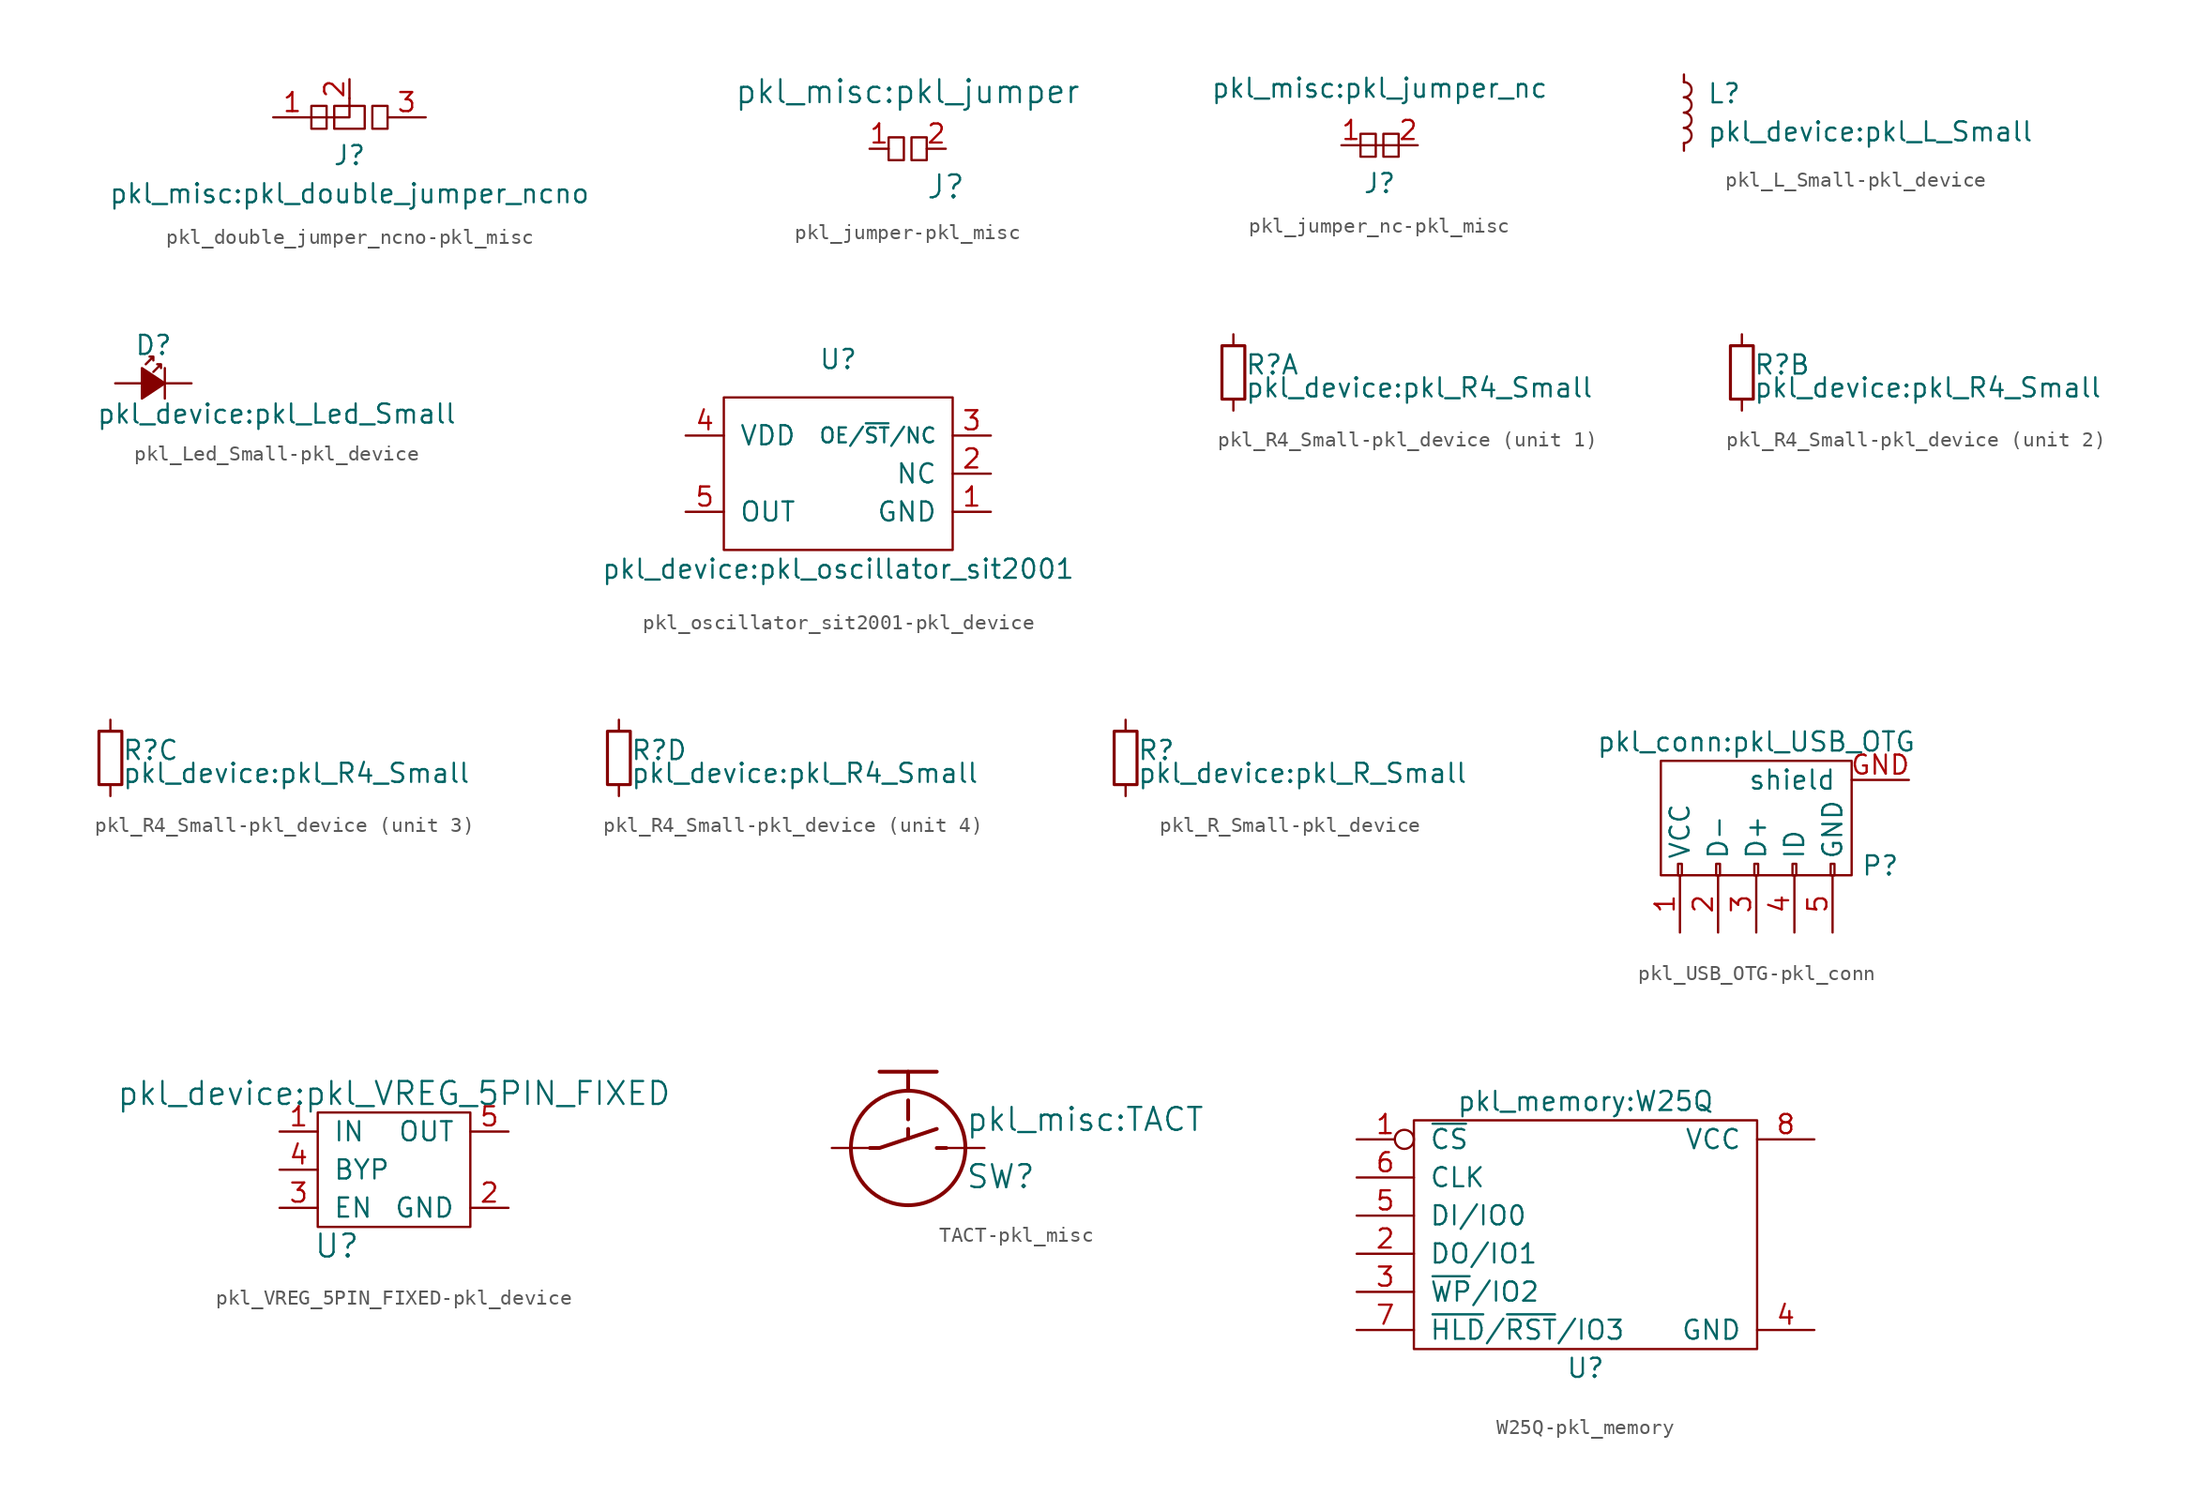
<source format=kicad_sym>
(kicad_symbol_lib
  (version 20231120)
  (generator "kicad_symbol_editor")
  (generator_version "8.0")
  (symbol "pkl_double_jumper_ncno-pkl_misc"
    (pin_names
      (offset 1.016))
    (property "Reference" "J"
      (at 0 -2.54 0)
      (effects (font (size 1.27 1.27))))
    (property "Value" "pkl_misc:pkl_double_jumper_ncno"
      (at 0 -5.08 0)
      (effects (font (size 1.27 1.27))))
    (symbol "pkl_double_jumper_ncno-pkl_misc_0_1"
      (polyline (pts (xy 0 1.27) (xy 0 0) (xy -2.54 0)) (stroke (width 0) (type solid)) (fill (type none)))
      (rectangle (start 1.524 0.762) (end 2.54 -0.762) (stroke (width 0) (type solid)) (fill (type none))))
    (symbol "pkl_double_jumper_ncno-pkl_misc_1_1"
      (rectangle (start -2.54 0.762) (end -1.524 -0.762) (stroke (width 0) (type solid)) (fill (type none)))
      (rectangle (start -1.016 0.762) (end 1.016 -0.762) (stroke (width 0) (type solid)) (fill (type none)))
      (pin passive line (at -5.08 0 0) (length 2.54) (name "~" (effects (font (size 1.27 1.27)))) (number "1" (effects (font (size 1.27 1.27)))))
      (pin passive line (at 0 2.54 270) (length 1.27) (name "~" (effects (font (size 1.27 1.27)))) (number "2" (effects (font (size 1.27 1.27)))))
      (pin passive line (at 5.08 0 180) (length 2.54) (name "~" (effects (font (size 1.27 1.27)))) (number "3" (effects (font (size 1.27 1.27)))))))
  (symbol "pkl_jumper-pkl_misc"
    (pin_names
      (offset 1.016))
    (property "Reference" "J"
      (at 2.54 -2.54 0)
      (effects (font (size 1.524 1.524))))
    (property "Value" "pkl_misc:pkl_jumper"
      (at 0 3.81 0)
      (effects (font (size 1.524 1.524))))
    (property "Footprint" ""
      (at 0 0 0)
      (effects (font (size 1.524 1.524))))
    (property "Datasheet" ""
      (at 0 0 0)
      (effects (font (size 1.524 1.524))))
    (symbol "pkl_jumper-pkl_misc_0_1"
      (rectangle (start -1.27 0.762) (end -0.254 -0.762) (stroke (width 0) (type solid)) (fill (type none)))
      (rectangle (start 0.254 0.762) (end 1.27 -0.762) (stroke (width 0) (type solid)) (fill (type none))))
    (symbol "pkl_jumper-pkl_misc_1_1"
      (pin passive line (at -2.54 0 0) (length 1.27) (name "~" (effects (font (size 1.27 1.27)))) (number "1" (effects (font (size 1.27 1.27)))))
      (pin passive line (at 2.54 0 180) (length 1.27) (name "~" (effects (font (size 1.27 1.27)))) (number "2" (effects (font (size 1.27 1.27)))))))
  (symbol "pkl_jumper_nc-pkl_misc"
    (pin_names
      (offset 1.016))
    (property "Reference" "J"
      (at 0 -2.54 0)
      (effects (font (size 1.27 1.27))))
    (property "Value" "pkl_misc:pkl_jumper_nc"
      (at 0 3.81 0)
      (effects (font (size 1.27 1.27))))
    (symbol "pkl_jumper_nc-pkl_misc_0_1"
      (polyline (pts (xy -1.27 0) (xy 1.27 0)) (stroke (width 0) (type solid)) (fill (type none))))
    (symbol "pkl_jumper_nc-pkl_misc_1_1"
      (rectangle (start -1.27 0.762) (end -0.254 -0.762) (stroke (width 0) (type solid)) (fill (type none)))
      (rectangle (start 0.254 0.762) (end 1.27 -0.762) (stroke (width 0) (type solid)) (fill (type none)))
      (pin passive line (at -2.54 0 0) (length 1.27) (name "~" (effects (font (size 1.27 1.27)))) (number "1" (effects (font (size 1.27 1.27)))))
      (pin passive line (at 2.54 0 180) (length 1.27) (name "~" (effects (font (size 1.27 1.27)))) (number "2" (effects (font (size 1.27 1.27)))))))
  (symbol "pkl_L_Small-pkl_device"
    (pin_numbers hide)
    (pin_names
      (offset 0) hide)
    (property "Reference" "L"
      (at 1.524 1.27 0)
      (effects (font (size 1.27 1.27)) (justify left)))
    (property "Value" "pkl_device:pkl_L_Small"
      (at 1.524 -1.27 0)
      (effects (font (size 1.27 1.27)) (justify left)))
    (property "Footprint" ""
      (at 0 0 90)
      (effects (font (size 1.524 1.524))))
    (property "Datasheet" ""
      (at 0 0 90)
      (effects (font (size 1.524 1.524))))
    (symbol "pkl_L_Small-pkl_device_0_1"
      (arc (start 0 -2.032) (mid 0.508 -1.524) (end 0 -1.016) (stroke (width 0) (type solid)) (fill (type none)))
      (arc (start 0 -1.016) (mid 0.508 -0.508) (end 0 0) (stroke (width 0) (type solid)) (fill (type none)))
      (arc (start 0 0) (mid 0.508 0.508) (end 0 1.016) (stroke (width 0) (type solid)) (fill (type none)))
      (arc (start 0 1.016) (mid 0.508 1.524) (end 0 2.032) (stroke (width 0) (type solid)) (fill (type none))))
    (symbol "pkl_L_Small-pkl_device_1_1"
      (pin input line (at 0 -2.54 90) (length 0.508) (name "1" (effects (font (size 0.762 0.762)))) (number "1" (effects (font (size 0.762 0.762)))))
      (pin input line (at 0 2.54 270) (length 0.508) (name "2" (effects (font (size 0.762 0.762)))) (number "2" (effects (font (size 0.762 0.762)))))))
  (symbol "pkl_Led_Small-pkl_device"
    (pin_numbers hide)
    (pin_names
      (offset 0.254) hide)
    (property "Reference" "D"
      (at -1.27 2.54 0)
      (effects (font (size 1.27 1.27)) (justify left)))
    (property "Value" "pkl_device:pkl_Led_Small"
      (at -3.81 -2.032 0)
      (effects (font (size 1.27 1.27)) (justify left)))
    (property "Footprint" ""
      (at 0 0 90)
      (effects (font (size 1.524 1.524))))
    (property "Datasheet" ""
      (at 0 0 90)
      (effects (font (size 1.524 1.524))))
    (symbol "pkl_Led_Small-pkl_device_0_1"
      (polyline (pts (xy 0.762 -1.016) (xy 0.762 1.016)) (stroke (width 0) (type solid)) (fill (type none)))
      (polyline (pts (xy -0.762 -1.016) (xy 0.762 0) (xy -0.762 1.016) (xy -0.762 -1.016)) (stroke (width 0) (type solid)) (fill (type outline)))
      (polyline (pts (xy -0.508 1.27) (xy 0 1.778) (xy -0.254 1.778) (xy 0 1.778) (xy 0 1.524)) (stroke (width 0) (type solid)) (fill (type none)))
      (polyline (pts (xy 0 0.762) (xy 0.508 1.27) (xy 0.254 1.27) (xy 0.508 1.27) (xy 0.508 1.016)) (stroke (width 0) (type solid)) (fill (type none))))
    (symbol "pkl_Led_Small-pkl_device_1_1"
      (pin passive line (at -2.54 0 0) (length 1.778) (name "A" (effects (font (size 1.016 1.016)))) (number "A" (effects (font (size 1.016 1.016)))))
      (pin passive line (at 2.54 0 180) (length 1.778) (name "C" (effects (font (size 1.016 1.016)))) (number "C" (effects (font (size 1.016 1.016)))))))
  (symbol "pkl_oscillator_sit2001-pkl_device"
    (pin_names
      (offset 1.016))
    (property "Reference" "U"
      (at 0 7.62 0)
      (effects (font (size 1.27 1.27))))
    (property "Value" "pkl_device:pkl_oscillator_sit2001"
      (at 0 -6.35 0)
      (effects (font (size 1.27 1.27))))
    (symbol "pkl_oscillator_sit2001-pkl_device_1_1"
      (rectangle (start 7.62 -5.08) (end -7.62 5.08) (stroke (width 0) (type solid)) (fill (type none)))
      (pin passive line (at 10.16 -2.54 180) (length 2.54) (name "GND" (effects (font (size 1.27 1.27)))) (number "1" (effects (font (size 1.27 1.27)))))
      (pin passive line (at 10.16 0 180) (length 2.54) (name "NC" (effects (font (size 1.27 1.27)))) (number "2" (effects (font (size 1.27 1.27)))))
      (pin passive line (at 10.16 2.54 180) (length 2.54) (name "OE/~{ST}/NC" (effects (font (size 0.991 0.991)))) (number "3" (effects (font (size 1.27 1.27)))))
      (pin passive line (at -10.16 2.54 0) (length 2.54) (name "VDD" (effects (font (size 1.27 1.27)))) (number "4" (effects (font (size 1.27 1.27)))))
      (pin passive line (at -10.16 -2.54 0) (length 2.54) (name "OUT" (effects (font (size 1.27 1.27)))) (number "5" (effects (font (size 1.27 1.27)))))))
  (symbol "pkl_R4_Small-pkl_device"
    (pin_numbers hide)
    (pin_names
      (offset 0.254) hide)
    (property "Reference" "R"
      (at 0.762 0.508 0)
      (effects (font (size 1.27 1.27)) (justify left)))
    (property "Value" "pkl_device:pkl_R4_Small"
      (at 0.762 -1.016 0)
      (effects (font (size 1.27 1.27)) (justify left)))
    (property "Footprint" ""
      (at 0 0 0)
      (effects (font (size 1.524 1.524))))
    (property "Datasheet" ""
      (at 0 0 0)
      (effects (font (size 1.524 1.524))))
    (symbol "pkl_R4_Small-pkl_device_0_1"
      (rectangle (start -0.762 1.778) (end 0.762 -1.778) (stroke (width 0.203) (type solid)) (fill (type none))))
    (symbol "pkl_R4_Small-pkl_device_1_1"
      (pin passive line (at 0 2.54 270) (length 0.762) (name "~" (effects (font (size 1.016 1.016)))) (number "1" (effects (font (size 1.016 1.016)))))
      (pin passive line (at 0 -2.54 90) (length 0.762) (name "~" (effects (font (size 1.016 1.016)))) (number "2" (effects (font (size 1.016 1.016))))))
    (symbol "pkl_R4_Small-pkl_device_2_1"
      (pin passive line (at 0 2.54 270) (length 0.762) (name "~" (effects (font (size 1.016 1.016)))) (number "3" (effects (font (size 1.016 1.016)))))
      (pin passive line (at 0 -2.54 90) (length 0.762) (name "~" (effects (font (size 1.016 1.016)))) (number "4" (effects (font (size 1.016 1.016))))))
    (symbol "pkl_R4_Small-pkl_device_3_1"
      (pin passive line (at 0 2.54 270) (length 0.762) (name "~" (effects (font (size 1.016 1.016)))) (number "5" (effects (font (size 1.016 1.016)))))
      (pin passive line (at 0 -2.54 90) (length 0.762) (name "~" (effects (font (size 1.016 1.016)))) (number "6" (effects (font (size 1.016 1.016))))))
    (symbol "pkl_R4_Small-pkl_device_4_1"
      (pin passive line (at 0 2.54 270) (length 0.762) (name "~" (effects (font (size 1.016 1.016)))) (number "7" (effects (font (size 1.016 1.016)))))
      (pin passive line (at 0 -2.54 90) (length 0.762) (name "~" (effects (font (size 1.016 1.016)))) (number "8" (effects (font (size 1.016 1.016)))))))
  (symbol "pkl_R_Small-pkl_device"
    (pin_numbers hide)
    (pin_names
      (offset 0.254) hide)
    (property "Reference" "R"
      (at 0.762 0.508 0)
      (effects (font (size 1.27 1.27)) (justify left)))
    (property "Value" "pkl_device:pkl_R_Small"
      (at 0.762 -1.016 0)
      (effects (font (size 1.27 1.27)) (justify left)))
    (property "Footprint" ""
      (at 0 0 0)
      (effects (font (size 1.524 1.524))))
    (property "Datasheet" ""
      (at 0 0 0)
      (effects (font (size 1.524 1.524))))
    (symbol "pkl_R_Small-pkl_device_0_1"
      (rectangle (start -0.762 1.778) (end 0.762 -1.778) (stroke (width 0.203) (type solid)) (fill (type none))))
    (symbol "pkl_R_Small-pkl_device_1_1"
      (pin passive line (at 0 2.54 270) (length 0.762) (name "~" (effects (font (size 1.016 1.016)))) (number "1" (effects (font (size 1.016 1.016)))))
      (pin passive line (at 0 -2.54 90) (length 0.762) (name "~" (effects (font (size 1.016 1.016)))) (number "2" (effects (font (size 1.016 1.016)))))))
  (symbol "pkl_USB_OTG-pkl_conn"
    (pin_names
      (offset 1.016))
    (property "Reference" "P"
      (at 8.255 -3.175 0)
      (effects (font (size 1.27 1.27))))
    (property "Value" "pkl_conn:pkl_USB_OTG"
      (at 0 5.08 0)
      (effects (font (size 1.27 1.27))))
    (property "Footprint" ""
      (at -1.27 -2.54 90)
      (effects (font (size 1.524 1.524))))
    (property "Datasheet" ""
      (at -1.27 -2.54 90)
      (effects (font (size 1.524 1.524))))
    (symbol "pkl_USB_OTG-pkl_conn_0_1"
      (rectangle (start -6.35 -3.81) (end 6.35 3.81) (stroke (width 0) (type solid)) (fill (type none)))
      (rectangle (start -5.207 -3.81) (end -4.953 -3.048) (stroke (width 0) (type solid)) (fill (type none)))
      (rectangle (start -2.667 -3.81) (end -2.413 -3.048) (stroke (width 0) (type solid)) (fill (type none)))
      (rectangle (start -0.127 -3.81) (end 0.127 -3.048) (stroke (width 0) (type solid)) (fill (type none)))
      (rectangle (start 2.413 -3.81) (end 2.667 -3.048) (stroke (width 0) (type solid)) (fill (type none)))
      (rectangle (start 4.953 -3.81) (end 5.207 -3.048) (stroke (width 0) (type solid)) (fill (type none))))
    (symbol "pkl_USB_OTG-pkl_conn_1_1"
      (pin power_out line (at -5.08 -7.62 90) (length 3.81) (name "VCC" (effects (font (size 1.27 1.27)))) (number "1" (effects (font (size 1.27 1.27)))))
      (pin passive line (at -2.54 -7.62 90) (length 3.81) (name "D-" (effects (font (size 1.27 1.27)))) (number "2" (effects (font (size 1.27 1.27)))))
      (pin passive line (at 0 -7.62 90) (length 3.81) (name "D+" (effects (font (size 1.27 1.27)))) (number "3" (effects (font (size 1.27 1.27)))))
      (pin power_in line (at 2.54 -7.62 90) (length 3.81) (name "ID" (effects (font (size 1.27 1.27)))) (number "4" (effects (font (size 1.27 1.27)))))
      (pin power_in line (at 5.08 -7.62 90) (length 3.81) (name "GND" (effects (font (size 1.27 1.27)))) (number "5" (effects (font (size 1.27 1.27)))))
      (pin passive line (at 10.16 2.54 180) (length 3.81) (name "shield" (effects (font (size 1.27 1.27)))) (number "GND" (effects (font (size 1.27 1.27)))))))
  (symbol "pkl_VREG_5PIN_FIXED-pkl_device"
    (pin_names
      (offset 1.016))
    (property "Reference" "U"
      (at -3.81 -5.08 0)
      (effects (font (size 1.524 1.524))))
    (property "Value" "pkl_device:pkl_VREG_5PIN_FIXED"
      (at 0 5.08 0)
      (effects (font (size 1.524 1.524))))
    (property "Footprint" ""
      (at 0 0 0)
      (effects (font (size 1.524 1.524))))
    (property "Datasheet" ""
      (at 0 0 0)
      (effects (font (size 1.524 1.524))))
    (symbol "pkl_VREG_5PIN_FIXED-pkl_device_0_1"
      (rectangle (start -5.08 3.81) (end 5.08 -3.81) (stroke (width 0) (type solid)) (fill (type none))))
    (symbol "pkl_VREG_5PIN_FIXED-pkl_device_1_1"
      (pin power_in line (at -7.62 2.54 0) (length 2.54) (name "IN" (effects (font (size 1.27 1.27)))) (number "1" (effects (font (size 1.27 1.27)))))
      (pin power_in line (at 7.62 -2.54 180) (length 2.54) (name "GND" (effects (font (size 1.27 1.27)))) (number "2" (effects (font (size 1.27 1.27)))))
      (pin input line (at -7.62 -2.54 0) (length 2.54) (name "EN" (effects (font (size 1.27 1.27)))) (number "3" (effects (font (size 1.27 1.27)))))
      (pin power_out line (at -7.62 0 0) (length 2.54) (name "BYP" (effects (font (size 1.27 1.27)))) (number "4" (effects (font (size 1.27 1.27)))))
      (pin power_out line (at 7.62 2.54 180) (length 2.54) (name "OUT" (effects (font (size 1.27 1.27)))) (number "5" (effects (font (size 1.27 1.27)))))))
  (symbol "TACT-pkl_misc"
    (pin_numbers hide)
    (pin_names
      (offset 1.016) hide)
    (property "Reference" "SW"
      (at 3.81 -1.905 0)
      (effects (font (size 1.524 1.524)) (justify left)))
    (property "Value" "pkl_misc:TACT"
      (at 3.81 1.905 0)
      (effects (font (size 1.524 1.524)) (justify left)))
    (property "Footprint" ""
      (at 0 -0.635 0)
      (effects (font (size 1.524 1.524))))
    (property "Datasheet" ""
      (at 0 -0.635 0)
      (effects (font (size 1.524 1.524))))
    (symbol "TACT-pkl_misc_0_1"
      (polyline (pts (xy -1.905 5.08) (xy 1.905 5.08)) (stroke (width 0.254) (type solid)) (fill (type none)))
      (polyline (pts (xy 0 0.635) (xy 0 1.27)) (stroke (width 0.254) (type solid)) (fill (type none)))
      (polyline (pts (xy 0 1.905) (xy 0 3.175)) (stroke (width 0.254) (type solid)) (fill (type none)))
      (polyline (pts (xy 0 3.81) (xy 0 5.08)) (stroke (width 0.254) (type solid)) (fill (type none)))
      (polyline (pts (xy 2.54 0) (xy 1.905 0)) (stroke (width 0.254) (type solid)) (fill (type none)))
      (polyline (pts (xy -2.54 0) (xy -1.905 0) (xy 1.905 1.27)) (stroke (width 0.254) (type solid)) (fill (type none)))
      (circle (center 0 0) (radius 3.81) (stroke (width 0.254) (type solid)) (fill (type none))))
    (symbol "TACT-pkl_misc_1_1"
      (pin passive line (at -5.08 0 0) (length 2.54) (name "~" (effects (font (size 1.27 1.27)))) (number "1" (effects (font (size 1.27 1.27)))))
      (pin passive line (at 5.08 0 180) (length 2.54) (name "~" (effects (font (size 1.27 1.27)))) (number "2" (effects (font (size 1.27 1.27)))))))
  (symbol "W25Q-pkl_memory"
    (pin_names
      (offset 1.016))
    (property "Reference" "U"
      (at 0 -10.16 0)
      (effects (font (size 1.27 1.27))))
    (property "Value" "pkl_memory:W25Q"
      (at 0 7.62 0)
      (effects (font (size 1.27 1.27))))
    (symbol "W25Q-pkl_memory_1_1"
      (rectangle (start -11.43 -8.89) (end 11.43 6.35) (stroke (width 0) (type solid)) (fill (type none)))
      (pin passive inverted (at -15.24 5.08 0) (length 3.81) (name "~{CS}" (effects (font (size 1.27 1.27)))) (number "1" (effects (font (size 1.27 1.27)))))
      (pin passive line (at -15.24 -2.54 0) (length 3.81) (name "DO/IO1" (effects (font (size 1.27 1.27)))) (number "2" (effects (font (size 1.27 1.27)))))
      (pin passive line (at -15.24 -5.08 0) (length 3.81) (name "~{WP}/IO2" (effects (font (size 1.27 1.27)))) (number "3" (effects (font (size 1.27 1.27)))))
      (pin passive line (at 15.24 -7.62 180) (length 3.81) (name "GND" (effects (font (size 1.27 1.27)))) (number "4" (effects (font (size 1.27 1.27)))))
      (pin passive line (at -15.24 0 0) (length 3.81) (name "DI/IO0" (effects (font (size 1.27 1.27)))) (number "5" (effects (font (size 1.27 1.27)))))
      (pin passive line (at -15.24 2.54 0) (length 3.81) (name "CLK" (effects (font (size 1.27 1.27)))) (number "6" (effects (font (size 1.27 1.27)))))
      (pin passive line (at -15.24 -7.62 0) (length 3.81) (name "~{HLD}/~{RST}/IO3" (effects (font (size 1.27 1.27)))) (number "7" (effects (font (size 1.27 1.27)))))
      (pin passive line (at 15.24 5.08 180) (length 3.81) (name "VCC" (effects (font (size 1.27 1.27)))) (number "8" (effects (font (size 1.27 1.27))))))))
</source>
